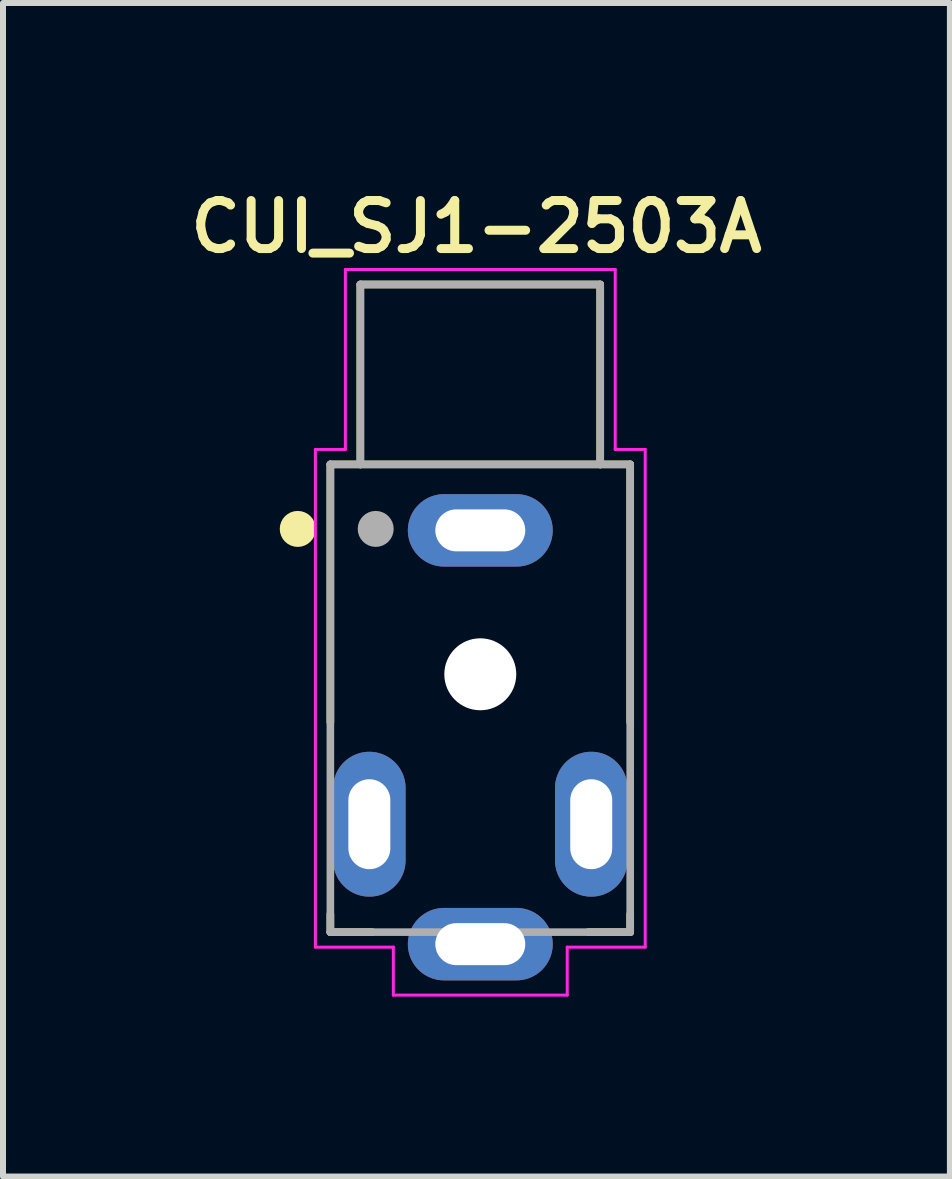
<source format=kicad_pcb>
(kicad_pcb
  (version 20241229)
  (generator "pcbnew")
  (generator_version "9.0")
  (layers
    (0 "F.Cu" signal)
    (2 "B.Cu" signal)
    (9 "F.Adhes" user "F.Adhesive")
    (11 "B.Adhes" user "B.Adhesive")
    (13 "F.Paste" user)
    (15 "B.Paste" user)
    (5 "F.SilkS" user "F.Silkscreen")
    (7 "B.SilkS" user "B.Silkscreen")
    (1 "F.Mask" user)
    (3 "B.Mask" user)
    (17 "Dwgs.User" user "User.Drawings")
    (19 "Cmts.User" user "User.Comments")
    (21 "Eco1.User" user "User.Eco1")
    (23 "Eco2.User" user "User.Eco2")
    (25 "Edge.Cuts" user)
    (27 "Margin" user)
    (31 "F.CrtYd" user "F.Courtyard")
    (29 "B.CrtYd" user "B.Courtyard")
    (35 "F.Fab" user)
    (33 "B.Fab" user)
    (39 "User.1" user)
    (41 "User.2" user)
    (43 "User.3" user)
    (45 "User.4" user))
  (footprint "CUI_SJ1-2503A"
    (layer "F.Cu")
    (at 4.959 5.794)
    (property "Reference" "CUI_SJ1-2503A" (at -0.064 -5.062 0) (layer "F.SilkS") (effects (font (size 0.801 0.801) (thickness 0.15))))
    (attr through_hole)
    (fp_line (start -2.5 -1.1) (end -2 -1.1) (stroke (width 0.127) (type solid)) (layer "F.SilkS"))
    (fp_line (start -2.5 3.2) (end -2.5 -1.1) (stroke (width 0.127) (type solid)) (layer "F.SilkS"))
    (fp_line (start -2.5 6.7) (end -2.5 6.4) (stroke (width 0.127) (type solid)) (layer "F.SilkS"))
    (fp_line (start -2 -4.1) (end -2 -1.1) (stroke (width 0.127) (type solid)) (layer "F.SilkS"))
    (fp_line (start -2 -1.1) (end 2 -1.1) (stroke (width 0.127) (type solid)) (layer "F.SilkS"))
    (fp_line (start -1.8 6.7) (end -2.5 6.7) (stroke (width 0.127) (type solid)) (layer "F.SilkS"))
    (fp_line (start 1.8 6.7) (end 2.5 6.7) (stroke (width 0.127) (type solid)) (layer "F.SilkS"))
    (fp_line (start 2 -4.1) (end -2 -4.1) (stroke (width 0.127) (type solid)) (layer "F.SilkS"))
    (fp_line (start 2 -1.1) (end 2 -4.1) (stroke (width 0.127) (type solid)) (layer "F.SilkS"))
    (fp_line (start 2 -1.1) (end 2.5 -1.1) (stroke (width 0.127) (type solid)) (layer "F.SilkS"))
    (fp_line (start 2.5 -1.1) (end 2.5 3.2) (stroke (width 0.127) (type solid)) (layer "F.SilkS"))
    (fp_line (start 2.5 6.7) (end 2.5 6.4) (stroke (width 0.127) (type solid)) (layer "F.SilkS"))
    (fp_circle (center -3.044 -0.024) (end -2.894 -0.024) (stroke (width 0.3) (type solid)) (fill no) (layer "F.SilkS"))
    (fp_line (start -2.75 -1.35) (end -2.75 6.95) (stroke (width 0.05) (type solid)) (layer "F.CrtYd"))
    (fp_line (start -2.75 6.95) (end -1.45 6.95) (stroke (width 0.05) (type solid)) (layer "F.CrtYd"))
    (fp_line (start -2.25 -4.35) (end -2.25 -1.35) (stroke (width 0.05) (type solid)) (layer "F.CrtYd"))
    (fp_line (start -2.25 -1.35) (end -2.75 -1.35) (stroke (width 0.05) (type solid)) (layer "F.CrtYd"))
    (fp_line (start -1.45 6.95) (end -1.45 7.75) (stroke (width 0.05) (type solid)) (layer "F.CrtYd"))
    (fp_line (start -1.45 7.75) (end 1.45 7.75) (stroke (width 0.05) (type solid)) (layer "F.CrtYd"))
    (fp_line (start 1.45 6.95) (end 2.75 6.95) (stroke (width 0.05) (type solid)) (layer "F.CrtYd"))
    (fp_line (start 1.45 7.75) (end 1.45 6.95) (stroke (width 0.05) (type solid)) (layer "F.CrtYd"))
    (fp_line (start 2.25 -4.35) (end -2.25 -4.35) (stroke (width 0.05) (type solid)) (layer "F.CrtYd"))
    (fp_line (start 2.25 -1.35) (end 2.25 -4.35) (stroke (width 0.05) (type solid)) (layer "F.CrtYd"))
    (fp_line (start 2.75 -1.35) (end 2.25 -1.35) (stroke (width 0.05) (type solid)) (layer "F.CrtYd"))
    (fp_line (start 2.75 6.95) (end 2.75 -1.35) (stroke (width 0.05) (type solid)) (layer "F.CrtYd"))
    (fp_line (start -2.5 -1.1) (end -2 -1.1) (stroke (width 0.127) (type solid)) (layer "F.Fab"))
    (fp_line (start -2.5 6.7) (end -2.5 -1.1) (stroke (width 0.127) (type solid)) (layer "F.Fab"))
    (fp_line (start -2 -4.1) (end -2 -1.1) (stroke (width 0.127) (type solid)) (layer "F.Fab"))
    (fp_line (start -2 -1.1) (end 2 -1.1) (stroke (width 0.127) (type solid)) (layer "F.Fab"))
    (fp_line (start 2 -4.1) (end -2 -4.1) (stroke (width 0.127) (type solid)) (layer "F.Fab"))
    (fp_line (start 2 -1.1) (end 2 -4.1) (stroke (width 0.127) (type solid)) (layer "F.Fab"))
    (fp_line (start 2 -1.1) (end 2.5 -1.1) (stroke (width 0.127) (type solid)) (layer "F.Fab"))
    (fp_line (start 2.5 -1.1) (end 2.5 6.7) (stroke (width 0.127) (type solid)) (layer "F.Fab"))
    (fp_line (start 2.5 6.7) (end -2.5 6.7) (stroke (width 0.127) (type solid)) (layer "F.Fab"))
    (fp_circle (center -1.744 -0.024) (end -1.594 -0.024) (stroke (width 0.3) (type solid)) (fill no) (layer "F.Fab"))
    (pad "" np_thru_hole circle (at 0 2.4) (size 1.2 1.2) (drill 1.2) (layers "*.Cu" "*.Mask"))
    (pad "1" thru_hole oval (at 0 0) (size 2.416 1.208) (drill oval 1.5 0.7) (layers "*.Cu" "*.Mask"))
    (pad "2" thru_hole oval (at -1.85 4.9) (size 1.208 2.416) (drill oval 0.7 1.5) (layers "*.Cu" "*.Mask"))
    (pad "3" thru_hole oval (at 1.85 4.9) (size 1.208 2.416) (drill oval 0.7 1.5) (layers "*.Cu" "*.Mask"))
    (pad "4" thru_hole oval (at 0 6.9) (size 2.416 1.208) (drill oval 1.5 0.7) (layers "*.Cu" "*.Mask")))
  (gr_rect
    (start -3 -3)
    (end 12.79 16.569)
    (stroke (width 0.1) (type default))
    (fill no)
    (layer "Edge.Cuts")))
</source>
